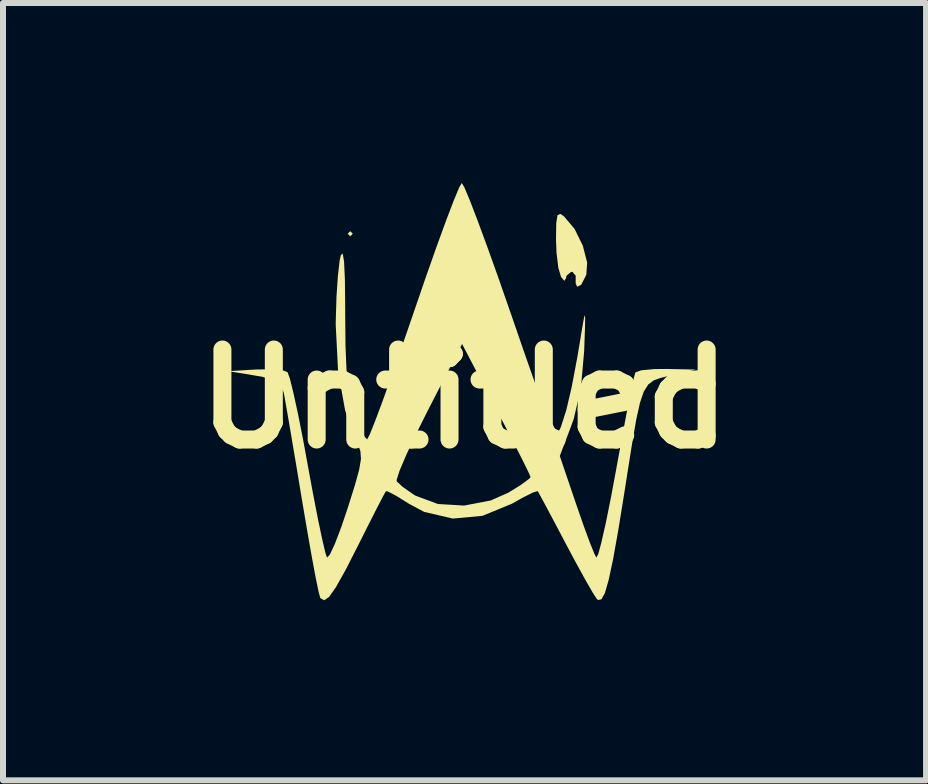
<source format=kicad_pcb>
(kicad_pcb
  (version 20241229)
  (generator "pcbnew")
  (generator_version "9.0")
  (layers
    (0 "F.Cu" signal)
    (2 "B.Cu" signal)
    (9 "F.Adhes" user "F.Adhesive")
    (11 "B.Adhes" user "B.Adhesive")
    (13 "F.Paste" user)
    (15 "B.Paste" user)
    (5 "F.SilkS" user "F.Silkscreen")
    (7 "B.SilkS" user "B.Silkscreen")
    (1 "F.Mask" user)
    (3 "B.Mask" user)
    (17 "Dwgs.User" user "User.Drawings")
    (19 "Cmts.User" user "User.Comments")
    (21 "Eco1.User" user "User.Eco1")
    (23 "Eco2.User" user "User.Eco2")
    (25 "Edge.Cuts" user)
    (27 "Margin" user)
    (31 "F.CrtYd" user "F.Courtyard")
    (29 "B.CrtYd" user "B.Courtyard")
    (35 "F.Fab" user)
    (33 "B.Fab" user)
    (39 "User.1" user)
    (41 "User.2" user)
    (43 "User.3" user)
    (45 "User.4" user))
  (footprint "Untitled"
    (layer "F.Cu")
    (at 4.693 3.598)
    (property "Reference" "Untitled" (at 0 0 0) (layer "F.SilkS") (effects (font (size 1.5 1.5) (thickness 0.3))))
    (attr board_only exclude_from_pos_files exclude_from_bom)
    (fp_poly (pts (xy -1.863 -2.752) (xy -1.905 -2.709) (xy -1.947 -2.752) (xy -1.905 -2.794)) (stroke (width 0) (type solid)) (fill yes) (layer "F.SilkS"))
    (fp_poly (pts (xy 1.656 -3.044) (xy 1.835 -2.831) (xy 1.972 -2.552) (xy 2.044 -2.272) (xy 2.03 -2.068) (xy 1.945 -1.901) (xy 1.877 -1.868) (xy 1.853 -1.926) (xy 1.853 -2.053) (xy 1.799 -2.115) (xy 1.778 -2.117) (xy 1.698 -2.05) (xy 1.692 -2.011) (xy 1.663 -1.967) (xy 1.609 -2.032) (xy 1.564 -2.183) (xy 1.533 -2.438) (xy 1.525 -2.656) (xy 1.529 -2.929) (xy 1.55 -3.062) (xy 1.597 -3.083)) (stroke (width 0) (type solid)) (fill yes) (layer "F.SilkS"))
    (fp_poly (pts (xy -0.001 -3.522) (xy 0.09 -3.305) (xy 0.219 -2.969) (xy 0.379 -2.535) (xy 0.562 -2.024) (xy 0.76 -1.455) (xy 0.766 -1.439) (xy 0.987 -0.798) (xy 1.161 -0.301) (xy 1.294 0.067) (xy 1.393 0.32) (xy 1.466 0.476) (xy 1.518 0.548) (xy 1.557 0.553) (xy 1.59 0.506) (xy 1.607 0.466) (xy 1.696 0.189) (xy 1.786 -0.195) (xy 1.883 -0.709) (xy 1.941 -1.058) (xy 1.98 -1.289) (xy 2.002 -1.394) (xy 2.011 -1.362) (xy 2.008 -1.183) (xy 1.996 -0.847) (xy 1.995 -0.804) (xy 1.94 -0.179) (xy 1.821 0.333) (xy 1.777 0.455) (xy 1.588 0.953) (xy 1.865 1.768) (xy 1.986 2.116) (xy 2.092 2.404) (xy 2.169 2.593) (xy 2.197 2.646) (xy 2.229 2.588) (xy 2.283 2.387) (xy 2.355 2.069) (xy 2.438 1.657) (xy 2.528 1.177) (xy 2.529 1.169) (xy 2.619 0.677) (xy 2.701 0.242) (xy 2.77 -0.107) (xy 2.821 -0.344) (xy 2.847 -0.44) (xy 2.948 -0.476) (xy 3.165 -0.496) (xy 3.37 -0.498) (xy 3.852 -0.488) (xy 3.435 -0.389) (xy 3.277 -0.351) (xy 3.156 -0.309) (xy 3.063 -0.239) (xy 2.988 -0.121) (xy 2.924 0.067) (xy 2.862 0.347) (xy 2.794 0.741) (xy 2.71 1.271) (xy 2.665 1.559) (xy 2.562 2.195) (xy 2.476 2.676) (xy 2.403 3.018) (xy 2.34 3.236) (xy 2.282 3.342) (xy 2.226 3.353) (xy 2.206 3.337) (xy 2.139 3.234) (xy 2.013 3.015) (xy 1.847 2.713) (xy 1.687 2.413) (xy 1.508 2.073) (xy 1.359 1.793) (xy 1.257 1.604) (xy 1.22 1.538) (xy 1.142 1.561) (xy 0.963 1.651) (xy 0.791 1.748) (xy 0.3 1.95) (xy -0.196 1.996) (xy -0.672 1.885) (xy -0.926 1.749) (xy -1.134 1.619) (xy -1.276 1.545) (xy -1.31 1.539) (xy -1.356 1.621) (xy -1.461 1.823) (xy -1.609 2.115) (xy -1.766 2.428) (xy -1.982 2.851) (xy -2.142 3.137) (xy -2.256 3.3) (xy -2.337 3.358) (xy -2.396 3.327) (xy -2.406 3.314) (xy -2.434 3.209) (xy -2.484 2.966) (xy -2.55 2.61) (xy -2.627 2.171) (xy -2.71 1.682) (xy -2.794 1.174) (xy -2.872 0.711) (xy -2.938 0.323) (xy -2.987 0.042) (xy -3.012 -0.096) (xy -3.061 -0.232) (xy -3.169 -0.314) (xy -3.383 -0.37) (xy -3.497 -0.389) (xy -3.937 -0.461) (xy -3.48 -0.489) (xy -3.212 -0.492) (xy -3.014 -0.47) (xy -2.95 -0.444) (xy -2.912 -0.34) (xy -2.852 -0.098) (xy -2.775 0.255) (xy -2.689 0.689) (xy -2.613 1.106) (xy -2.524 1.587) (xy -2.442 2.01) (xy -2.371 2.346) (xy -2.319 2.568) (xy -2.292 2.646) (xy -2.245 2.597) (xy -2.161 2.417) (xy -2.053 2.134) (xy -1.953 1.838) (xy -1.83 1.448) (xy -1.802 1.348) (xy -1.131 1.348) (xy -1.131 1.375) (xy -1.031 1.468) (xy -0.849 1.595) (xy -0.816 1.615) (xy -0.444 1.753) (xy -0.006 1.779) (xy 0.438 1.694) (xy 0.733 1.563) (xy 0.944 1.432) (xy 1.076 1.334) (xy 1.101 1.304) (xy 1.063 1.217) (xy 0.961 1.009) (xy 0.807 0.706) (xy 0.615 0.337) (xy 0.53 0.173) (xy -0.041 -0.914) (xy -0.61 0.191) (xy -0.808 0.586) (xy -0.969 0.93) (xy -1.081 1.193) (xy -1.131 1.348) (xy -1.802 1.348) (xy -1.756 1.181) (xy -1.726 1.001) (xy -1.736 0.87) (xy -1.781 0.751) (xy -1.798 0.716) (xy -1.991 0.19) (xy -2.108 -0.467) (xy -2.147 -1.236) (xy -2.146 -1.312) (xy -2.134 -1.701) (xy -2.111 -2.05) (xy -2.081 -2.308) (xy -2.062 -2.393) (xy -2.031 -2.424) (xy -2.008 -2.289) (xy -1.994 -1.988) (xy -1.989 -1.519) (xy -1.989 -1.42) (xy -1.984 -0.881) (xy -1.967 -0.475) (xy -1.933 -0.165) (xy -1.88 0.086) (xy -1.835 0.233) (xy -1.741 0.476) (xy -1.66 0.637) (xy -1.623 0.676) (xy -1.582 0.599) (xy -1.495 0.382) (xy -1.369 0.047) (xy -1.213 -0.387) (xy -1.034 -0.898) (xy -0.84 -1.461) (xy -0.645 -2.029) (xy -0.465 -2.539) (xy -0.307 -2.972) (xy -0.179 -3.307) (xy -0.089 -3.523) (xy -0.046 -3.598)) (stroke (width 0) (type solid)) (fill yes) (layer "F.SilkS")))
  (gr_rect
    (start -3 -3)
    (end 12.386 9.957)
    (stroke (width 0.1) (type default))
    (fill no)
    (layer "Edge.Cuts")))
</source>
